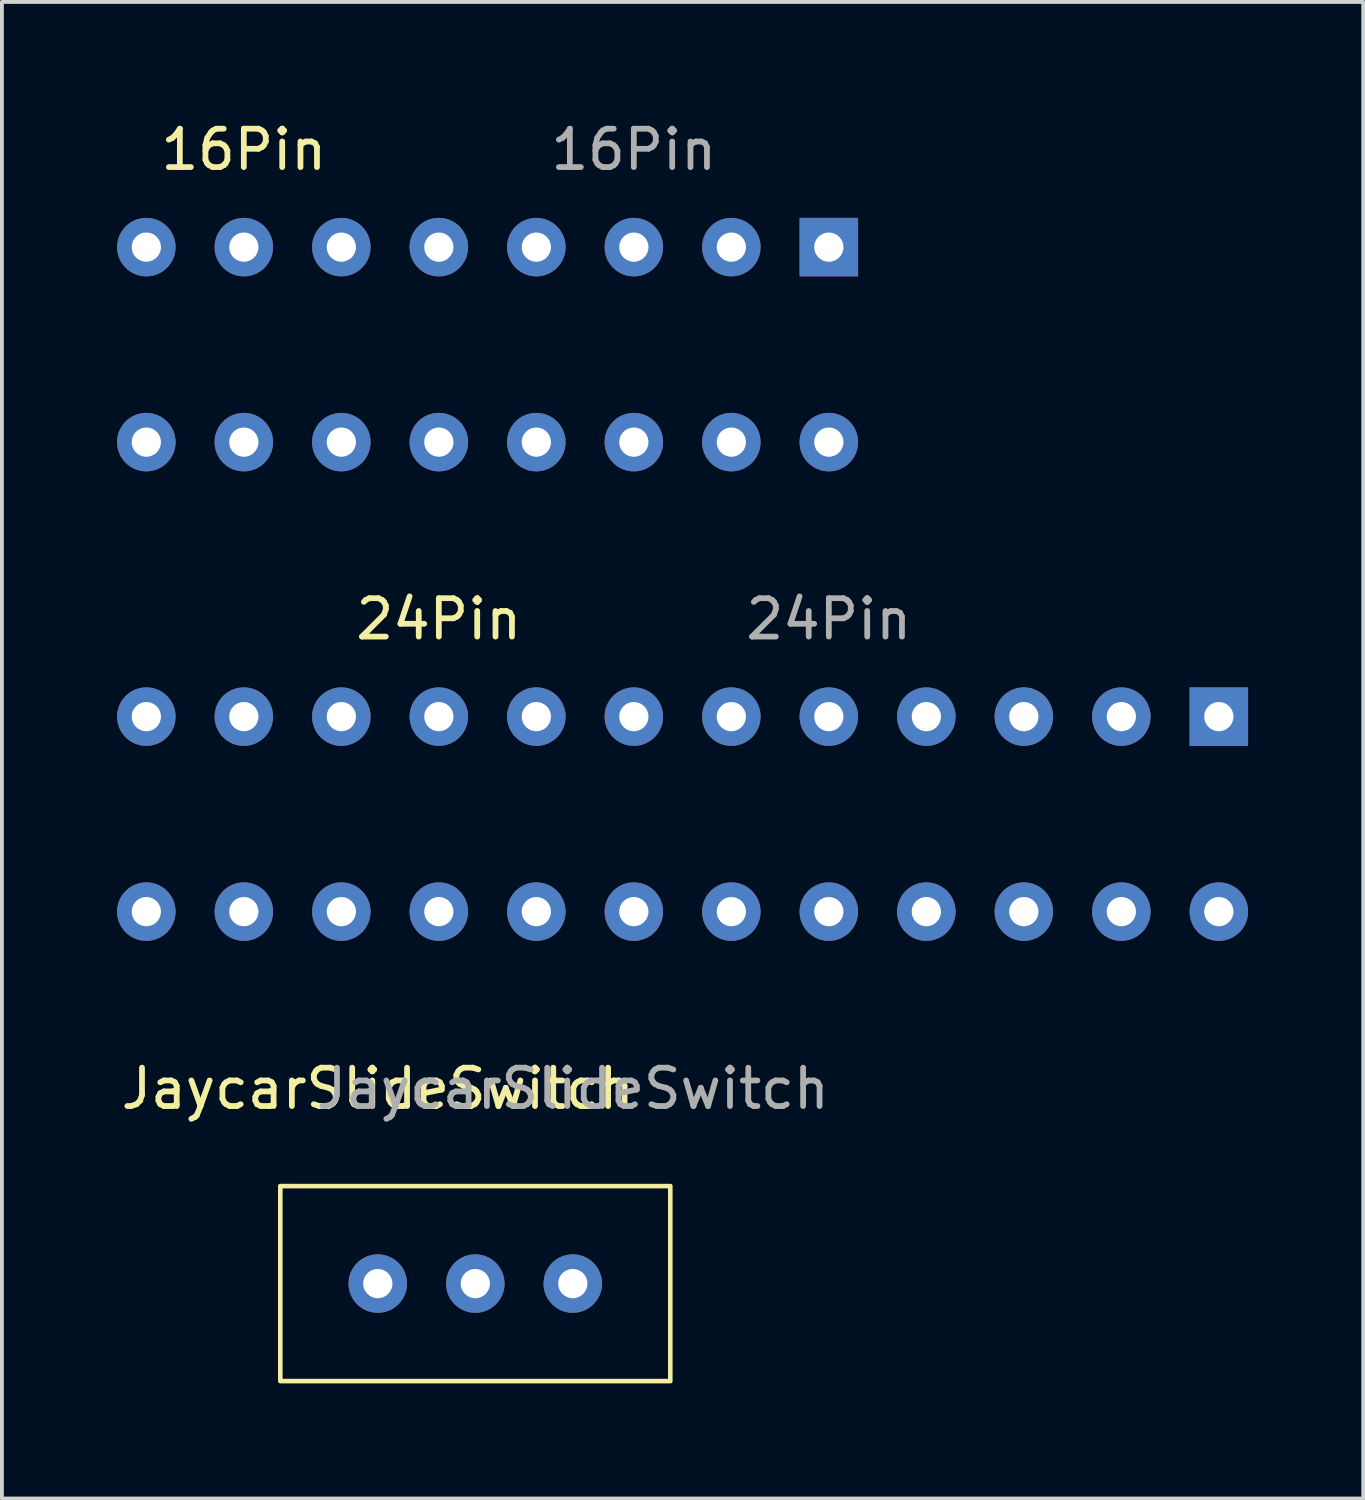
<source format=kicad_pcb>
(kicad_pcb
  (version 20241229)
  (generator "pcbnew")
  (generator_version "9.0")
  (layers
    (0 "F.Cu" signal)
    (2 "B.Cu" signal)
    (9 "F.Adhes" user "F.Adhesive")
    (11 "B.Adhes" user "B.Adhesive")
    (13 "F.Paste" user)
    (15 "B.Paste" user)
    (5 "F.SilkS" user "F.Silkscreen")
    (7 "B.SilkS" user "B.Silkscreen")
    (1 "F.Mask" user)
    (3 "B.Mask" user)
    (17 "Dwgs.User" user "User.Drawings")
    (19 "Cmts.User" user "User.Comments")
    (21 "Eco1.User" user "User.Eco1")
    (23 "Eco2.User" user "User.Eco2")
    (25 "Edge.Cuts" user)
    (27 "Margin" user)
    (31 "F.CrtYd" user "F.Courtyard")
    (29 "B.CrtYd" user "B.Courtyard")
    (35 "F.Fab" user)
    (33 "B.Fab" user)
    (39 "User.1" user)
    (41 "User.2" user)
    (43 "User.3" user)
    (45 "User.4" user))
  (footprint "24Pin"
    (layer "F.Cu")
    (at 13.462 18.159)
    (property "Reference" "24Pin" (at -5.08 -5.08 0) (unlocked yes) (layer "F.SilkS") (effects (font (size 1 1) (thickness 0.15))))
    (attr through_hole)
    (fp_text user "${REFERENCE}" (at 5.08 -5.08 0) (unlocked yes) (layer "F.Fab") (effects (font (size 1 1) (thickness 0.15))))
    (pad "1" thru_hole rect (at 15.24 -2.54) (size 1.524 1.524) (drill 0.762) (layers "*.Cu" "*.Mask"))
    (pad "2" thru_hole circle (at 12.7 -2.54) (size 1.524 1.524) (drill 0.762) (layers "*.Cu" "*.Mask"))
    (pad "3" thru_hole circle (at 10.16 -2.54) (size 1.524 1.524) (drill 0.762) (layers "*.Cu" "*.Mask"))
    (pad "4" thru_hole circle (at 7.62 -2.54) (size 1.524 1.524) (drill 0.762) (layers "*.Cu" "*.Mask"))
    (pad "5" thru_hole circle (at 5.08 -2.54) (size 1.524 1.524) (drill 0.762) (layers "*.Cu" "*.Mask"))
    (pad "6" thru_hole circle (at 2.54 -2.54) (size 1.524 1.524) (drill 0.762) (layers "*.Cu" "*.Mask"))
    (pad "7" thru_hole circle (at 0 -2.54) (size 1.524 1.524) (drill 0.762) (layers "*.Cu" "*.Mask"))
    (pad "8" thru_hole circle (at -2.54 -2.54) (size 1.524 1.524) (drill 0.762) (layers "*.Cu" "*.Mask"))
    (pad "9" thru_hole circle (at -5.08 -2.54) (size 1.524 1.524) (drill 0.762) (layers "*.Cu" "*.Mask"))
    (pad "10" thru_hole circle (at -7.62 -2.54) (size 1.524 1.524) (drill 0.762) (layers "*.Cu" "*.Mask"))
    (pad "11" thru_hole circle (at -10.16 -2.54) (size 1.524 1.524) (drill 0.762) (layers "*.Cu" "*.Mask"))
    (pad "12" thru_hole circle (at -12.7 -2.54) (size 1.524 1.524) (drill 0.762) (layers "*.Cu" "*.Mask"))
    (pad "13" thru_hole circle (at 15.24 2.54) (size 1.524 1.524) (drill 0.762) (layers "*.Cu" "*.Mask"))
    (pad "14" thru_hole circle (at 12.7 2.54) (size 1.524 1.524) (drill 0.762) (layers "*.Cu" "*.Mask"))
    (pad "15" thru_hole circle (at 10.16 2.54) (size 1.524 1.524) (drill 0.762) (layers "*.Cu" "*.Mask"))
    (pad "16" thru_hole circle (at 7.62 2.54) (size 1.524 1.524) (drill 0.762) (layers "*.Cu" "*.Mask"))
    (pad "17" thru_hole circle (at 5.08 2.54) (size 1.524 1.524) (drill 0.762) (layers "*.Cu" "*.Mask"))
    (pad "18" thru_hole circle (at 2.54 2.54) (size 1.524 1.524) (drill 0.762) (layers "*.Cu" "*.Mask"))
    (pad "19" thru_hole circle (at 0 2.54) (size 1.524 1.524) (drill 0.762) (layers "*.Cu" "*.Mask"))
    (pad "20" thru_hole circle (at -2.54 2.54) (size 1.524 1.524) (drill 0.762) (layers "*.Cu" "*.Mask"))
    (pad "21" thru_hole circle (at -5.08 2.54) (size 1.524 1.524) (drill 0.762) (layers "*.Cu" "*.Mask"))
    (pad "22" thru_hole circle (at -7.62 2.54) (size 1.524 1.524) (drill 0.762) (layers "*.Cu" "*.Mask"))
    (pad "23" thru_hole circle (at -10.16 2.54) (size 1.524 1.524) (drill 0.762) (layers "*.Cu" "*.Mask"))
    (pad "24" thru_hole circle (at -12.7 2.54) (size 1.524 1.524) (drill 0.762) (layers "*.Cu" "*.Mask")))
  (footprint "16Pin"
    (layer "F.Cu")
    (at 8.382 5.928)
    (property "Reference" "16Pin" (at -5.08 -5.08 0) (unlocked yes) (layer "F.SilkS") (effects (font (size 1 1) (thickness 0.15))))
    (attr through_hole)
    (fp_text user "${REFERENCE}" (at 5.08 -5.08 0) (unlocked yes) (layer "F.Fab") (effects (font (size 1 1) (thickness 0.15))))
    (pad "1" thru_hole rect (at 10.16 -2.54) (size 1.524 1.524) (drill 0.762) (layers "*.Cu" "*.Mask"))
    (pad "2" thru_hole circle (at 7.62 -2.54) (size 1.524 1.524) (drill 0.762) (layers "*.Cu" "*.Mask"))
    (pad "3" thru_hole circle (at 5.08 -2.54) (size 1.524 1.524) (drill 0.762) (layers "*.Cu" "*.Mask"))
    (pad "4" thru_hole circle (at 2.54 -2.54) (size 1.524 1.524) (drill 0.762) (layers "*.Cu" "*.Mask"))
    (pad "5" thru_hole circle (at 0 -2.54) (size 1.524 1.524) (drill 0.762) (layers "*.Cu" "*.Mask"))
    (pad "6" thru_hole circle (at -2.54 -2.54) (size 1.524 1.524) (drill 0.762) (layers "*.Cu" "*.Mask"))
    (pad "7" thru_hole circle (at -5.08 -2.54) (size 1.524 1.524) (drill 0.762) (layers "*.Cu" "*.Mask"))
    (pad "8" thru_hole circle (at -7.62 -2.54) (size 1.524 1.524) (drill 0.762) (layers "*.Cu" "*.Mask"))
    (pad "9" thru_hole circle (at 10.16 2.54) (size 1.524 1.524) (drill 0.762) (layers "*.Cu" "*.Mask"))
    (pad "10" thru_hole circle (at 7.62 2.54) (size 1.524 1.524) (drill 0.762) (layers "*.Cu" "*.Mask"))
    (pad "11" thru_hole circle (at 5.08 2.54) (size 1.524 1.524) (drill 0.762) (layers "*.Cu" "*.Mask"))
    (pad "12" thru_hole circle (at 2.54 2.54) (size 1.524 1.524) (drill 0.762) (layers "*.Cu" "*.Mask"))
    (pad "13" thru_hole circle (at 0 2.54) (size 1.524 1.524) (drill 0.762) (layers "*.Cu" "*.Mask"))
    (pad "14" thru_hole circle (at -2.54 2.54) (size 1.524 1.524) (drill 0.762) (layers "*.Cu" "*.Mask"))
    (pad "15" thru_hole circle (at -5.08 2.54) (size 1.524 1.524) (drill 0.762) (layers "*.Cu" "*.Mask"))
    (pad "16" thru_hole circle (at -7.62 2.54) (size 1.524 1.524) (drill 0.762) (layers "*.Cu" "*.Mask")))
  (footprint "JaycarSlideSwitch"
    (layer "F.Cu")
    (at 9.332 30.389)
    (property "Reference" "JaycarSlideSwitch" (at -2.54 -5.08 0) (unlocked yes) (layer "F.SilkS") (effects (font (size 1 1) (thickness 0.15))))
    (attr through_hole)
    (fp_rect (start -5.08 -2.54) (end 5.08 2.54) (stroke (width 0.12) (type solid)) (fill no) (layer "F.SilkS"))
    (fp_text user "${REFERENCE}" (at 2.54 -5.08 0) (unlocked yes) (layer "F.Fab") (effects (font (size 1 1) (thickness 0.15))))
    (pad "1" thru_hole circle (at -2.54 0) (size 1.524 1.524) (drill 0.762) (layers "*.Cu" "*.Mask"))
    (pad "2" thru_hole circle (at 0 0) (size 1.524 1.524) (drill 0.762) (layers "*.Cu" "*.Mask"))
    (pad "3" thru_hole circle (at 2.54 0) (size 1.524 1.524) (drill 0.762) (layers "*.Cu" "*.Mask")))
  (gr_rect
    (start -3 -3)
    (end 32.464 35.989)
    (stroke (width 0.1) (type default))
    (fill no)
    (layer "Edge.Cuts")))
</source>
